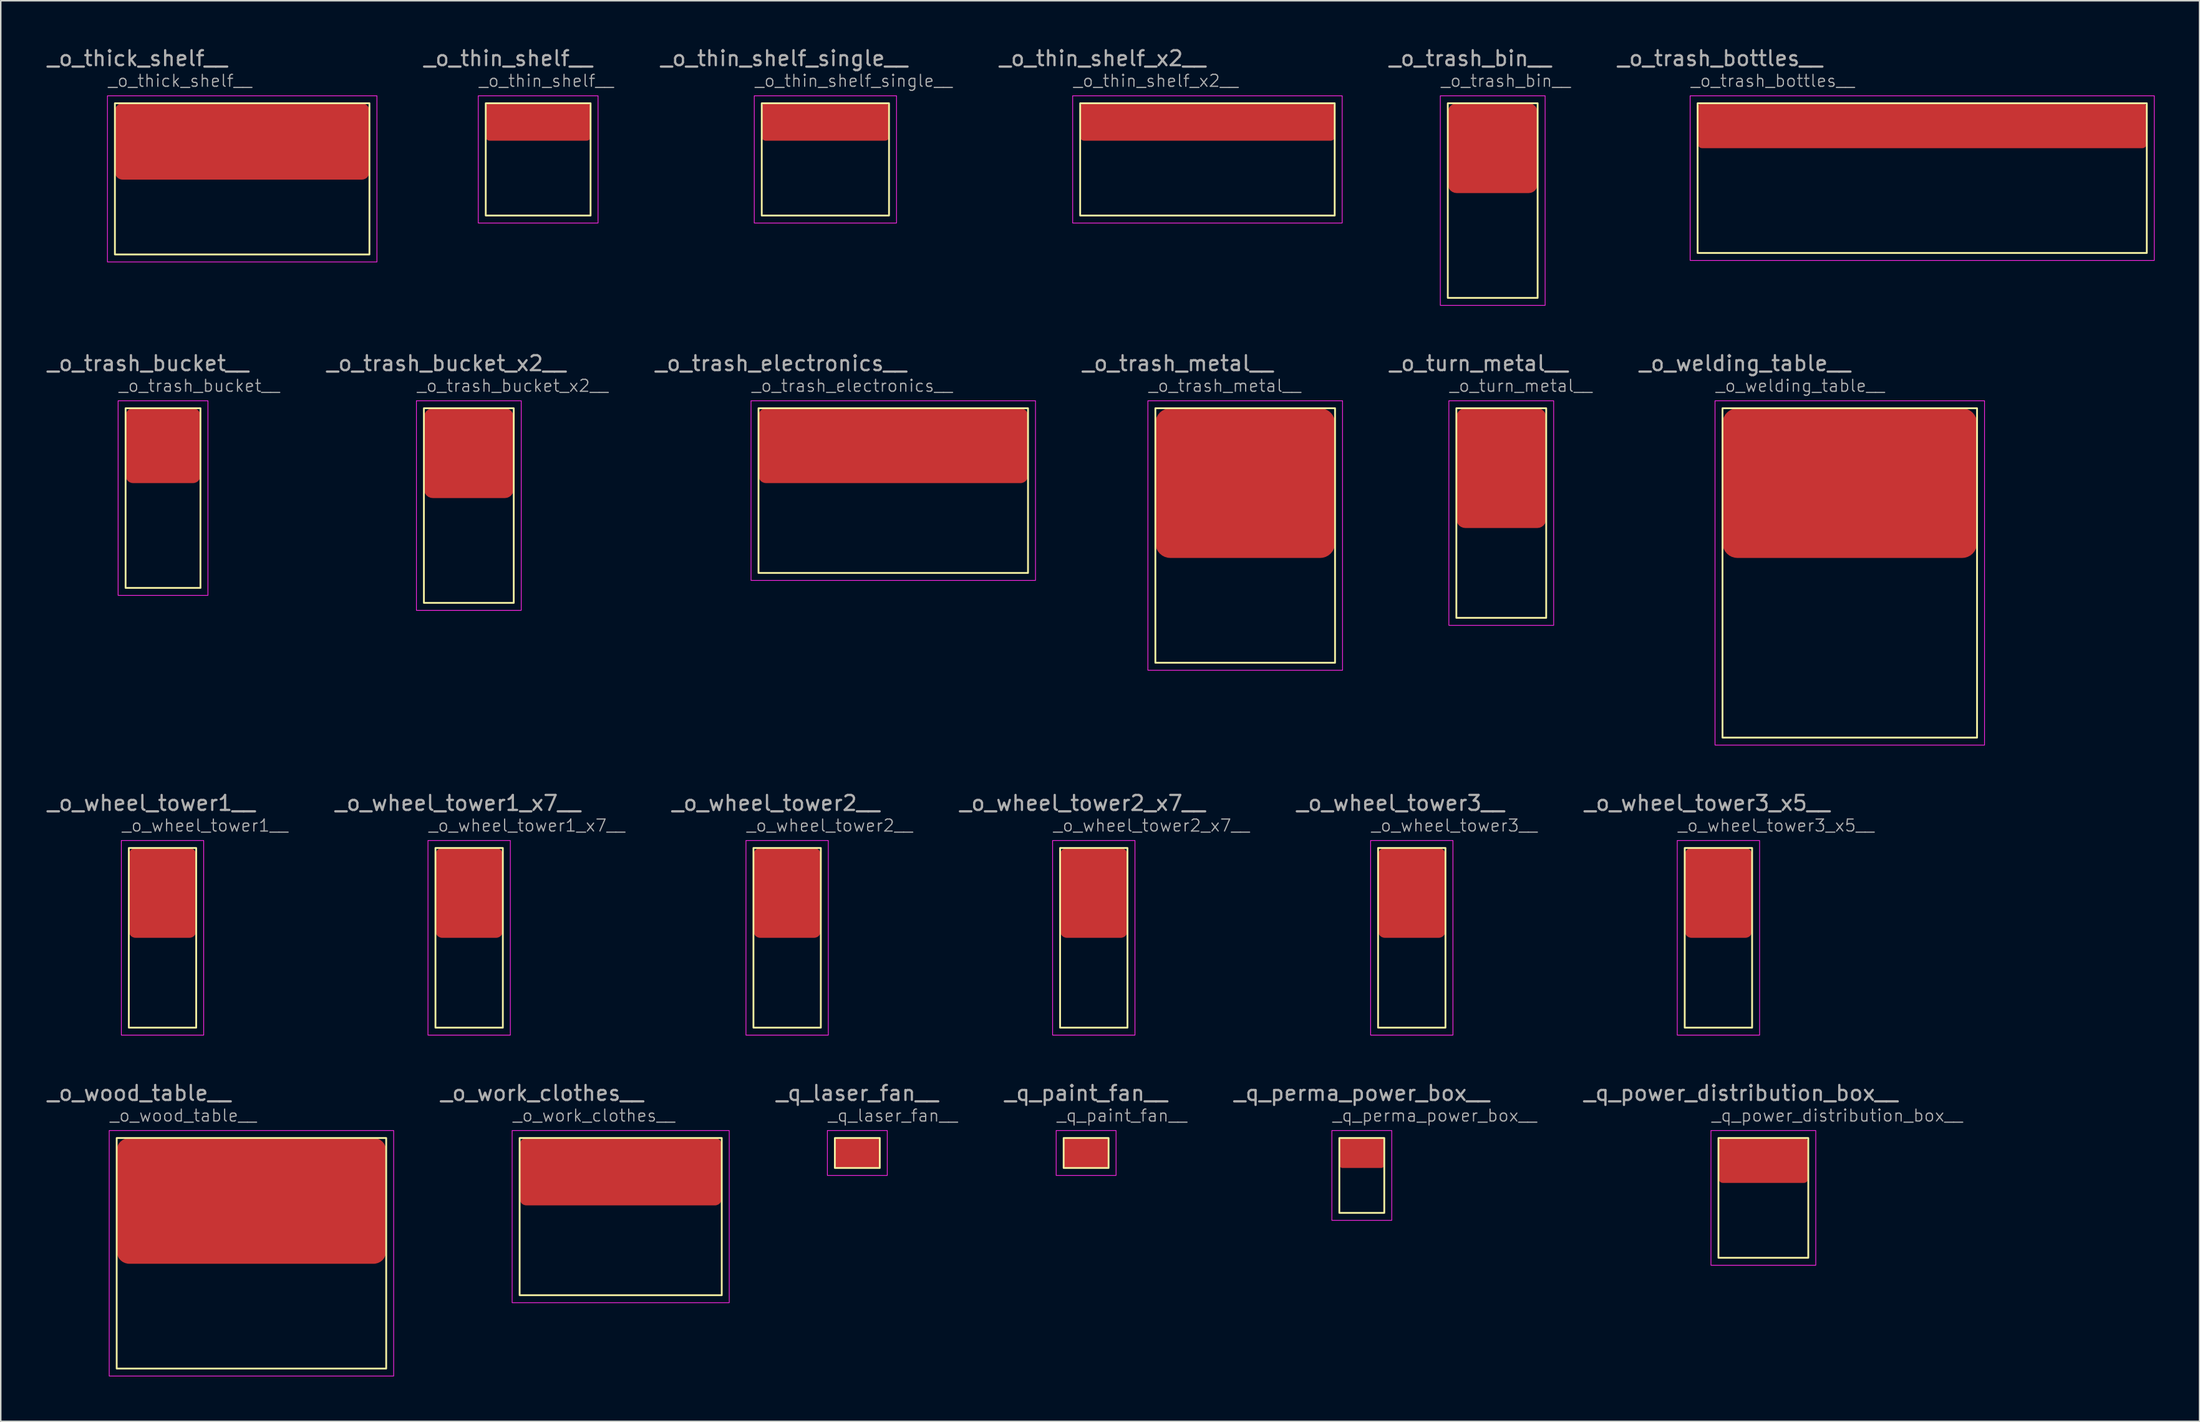
<source format=kicad_pcb>
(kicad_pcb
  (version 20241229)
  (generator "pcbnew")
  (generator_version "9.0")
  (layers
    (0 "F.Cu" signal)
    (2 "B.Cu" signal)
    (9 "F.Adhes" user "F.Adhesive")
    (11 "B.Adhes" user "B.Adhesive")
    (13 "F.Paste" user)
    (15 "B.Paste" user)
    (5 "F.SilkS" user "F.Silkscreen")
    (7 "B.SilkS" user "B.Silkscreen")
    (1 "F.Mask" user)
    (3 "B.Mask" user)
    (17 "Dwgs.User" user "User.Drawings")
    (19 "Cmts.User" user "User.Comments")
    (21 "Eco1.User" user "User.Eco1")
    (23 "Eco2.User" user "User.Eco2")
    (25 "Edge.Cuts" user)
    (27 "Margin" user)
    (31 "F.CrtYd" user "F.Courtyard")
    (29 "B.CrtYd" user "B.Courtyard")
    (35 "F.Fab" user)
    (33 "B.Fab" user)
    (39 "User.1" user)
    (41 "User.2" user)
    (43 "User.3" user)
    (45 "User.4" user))
  (footprint "_o_thin_shelf__"
    (layer "F.Cu")
    (at 29.394 3.848)
    (property "Reference" "_o_thin_shelf__" (at -0.5 -1.5 0) (unlocked yes) (layer "F.Fab") (effects (font (size 0.8 0.8) (thickness 0.08)) (justify left)))
    (attr smd)
    (fp_rect (start 0 0) (end 7 7.5) (stroke (width 0.12) (type solid)) (fill no) (layer "F.SilkS"))
    (fp_rect (start -0.5 -0.5) (end 7.5 8) (stroke (width 0.05) (type solid)) (fill no) (layer "F.CrtYd"))
    (fp_text user "${REFERENCE}" (at 1.5 -3 0) (unlocked yes) (layer "F.Fab") (effects (font (size 1 1) (thickness 0.15))))
    (pad "1" smd roundrect (at 3.5 1.25) (size 7 2.5) (layers "F.Cu" "F.Mask" "F.Paste") (roundrect_rratio 0.1)))
  (footprint "_o_thin_shelf_single__"
    (layer "F.Cu")
    (at 47.828 3.848)
    (property "Reference" "_o_thin_shelf_single__" (at -0.5 -1.5 0) (unlocked yes) (layer "F.Fab") (effects (font (size 0.8 0.8) (thickness 0.08)) (justify left)))
    (attr smd)
    (fp_rect (start 0 0) (end 8.5 7.5) (stroke (width 0.12) (type solid)) (fill no) (layer "F.SilkS"))
    (fp_rect (start -0.5 -0.5) (end 9 8) (stroke (width 0.05) (type solid)) (fill no) (layer "F.CrtYd"))
    (fp_text user "${REFERENCE}" (at 1.5 -3 0) (unlocked yes) (layer "F.Fab") (effects (font (size 1 1) (thickness 0.15))))
    (pad "1" smd roundrect (at 4.25 1.25) (size 8.5 2.5) (layers "F.Cu" "F.Mask" "F.Paste") (roundrect_rratio 0.1)))
  (footprint "_o_wheel_tower1_x7__"
    (layer "F.Cu")
    (at 26.035 53.595)
    (property "Reference" "_o_wheel_tower1_x7__" (at -0.5 -1.5 0) (unlocked yes) (layer "F.Fab") (effects (font (size 0.8 0.8) (thickness 0.08)) (justify left)))
    (attr smd)
    (fp_rect (start 0 0) (end 4.5 12) (stroke (width 0.12) (type solid)) (fill no) (layer "F.SilkS"))
    (fp_rect (start -0.5 -0.5) (end 5 12.5) (stroke (width 0.05) (type solid)) (fill no) (layer "F.CrtYd"))
    (fp_text user "${REFERENCE}" (at 1.5 -3 0) (unlocked yes) (layer "F.Fab") (effects (font (size 1 1) (thickness 0.15))))
    (pad "1" smd roundrect (at 2.25 3) (size 4.5 6) (layers "F.Cu" "F.Mask" "F.Paste") (roundrect_rratio 0.1)))
  (footprint "_o_work_clothes__"
    (layer "F.Cu")
    (at 31.656 72.968)
    (property "Reference" "_o_work_clothes__" (at -0.5 -1.5 0) (unlocked yes) (layer "F.Fab") (effects (font (size 0.8 0.8) (thickness 0.08)) (justify left)))
    (attr smd)
    (fp_rect (start 0 0) (end 13.5 10.5) (stroke (width 0.12) (type solid)) (fill no) (layer "F.SilkS"))
    (fp_rect (start -0.5 -0.5) (end 14 11) (stroke (width 0.05) (type solid)) (fill no) (layer "F.CrtYd"))
    (fp_text user "${REFERENCE}" (at 1.5 -3 0) (unlocked yes) (layer "F.Fab") (effects (font (size 1 1) (thickness 0.15))))
    (pad "1" smd roundrect (at 6.75 2.25) (size 13.5 4.5) (layers "F.Cu" "F.Mask" "F.Paste") (roundrect_rratio 0.1)))
  (footprint "_q_laser_fan__"
    (layer "F.Cu")
    (at 52.711 72.968)
    (property "Reference" "_q_laser_fan__" (at -0.5 -1.5 0) (unlocked yes) (layer "F.Fab") (effects (font (size 0.8 0.8) (thickness 0.08)) (justify left)))
    (attr smd)
    (fp_rect (start 0 0) (end 3 2) (stroke (width 0.12) (type solid)) (fill no) (layer "F.SilkS"))
    (fp_rect (start -0.5 -0.5) (end 3.5 2.5) (stroke (width 0.05) (type solid)) (fill no) (layer "F.CrtYd"))
    (fp_text user "${REFERENCE}" (at 1.5 -3 0) (unlocked yes) (layer "F.Fab") (effects (font (size 1 1) (thickness 0.15))))
    (pad "1" smd roundrect (at 1.5 1) (size 3 2) (layers "F.Cu" "F.Mask" "F.Paste") (roundrect_rratio 0.1)))
  (footprint "_o_wheel_tower2_x7__"
    (layer "F.Cu")
    (at 67.754 53.595)
    (property "Reference" "_o_wheel_tower2_x7__" (at -0.5 -1.5 0) (unlocked yes) (layer "F.Fab") (effects (font (size 0.8 0.8) (thickness 0.08)) (justify left)))
    (attr smd)
    (fp_rect (start 0 0) (end 4.5 12) (stroke (width 0.12) (type solid)) (fill no) (layer "F.SilkS"))
    (fp_rect (start -0.5 -0.5) (end 5 12.5) (stroke (width 0.05) (type solid)) (fill no) (layer "F.CrtYd"))
    (fp_text user "${REFERENCE}" (at 1.5 -3 0) (unlocked yes) (layer "F.Fab") (effects (font (size 1 1) (thickness 0.15))))
    (pad "1" smd roundrect (at 2.25 3) (size 4.5 6) (layers "F.Cu" "F.Mask" "F.Paste") (roundrect_rratio 0.1)))
  (footprint "_o_trash_bucket_x2__"
    (layer "F.Cu")
    (at 25.263 24.221)
    (property "Reference" "_o_trash_bucket_x2__" (at -0.5 -1.5 0) (unlocked yes) (layer "F.Fab") (effects (font (size 0.8 0.8) (thickness 0.08)) (justify left)))
    (attr smd)
    (fp_rect (start 0 0) (end 6 13) (stroke (width 0.12) (type solid)) (fill no) (layer "F.SilkS"))
    (fp_rect (start -0.5 -0.5) (end 6.5 13.5) (stroke (width 0.05) (type solid)) (fill no) (layer "F.CrtYd"))
    (fp_text user "${REFERENCE}" (at 1.5 -3 0) (unlocked yes) (layer "F.Fab") (effects (font (size 1 1) (thickness 0.15))))
    (pad "1" smd roundrect (at 3 3) (size 6 6) (layers "F.Cu" "F.Mask" "F.Paste") (roundrect_rratio 0.1)))
  (footprint "_q_perma_power_box__"
    (layer "F.Cu")
    (at 86.406 72.968)
    (property "Reference" "_q_perma_power_box__" (at -0.5 -1.5 0) (unlocked yes) (layer "F.Fab") (effects (font (size 0.8 0.8) (thickness 0.08)) (justify left)))
    (attr smd)
    (fp_rect (start 0 0) (end 3 5) (stroke (width 0.12) (type solid)) (fill no) (layer "F.SilkS"))
    (fp_rect (start -0.5 -0.5) (end 3.5 5.5) (stroke (width 0.05) (type solid)) (fill no) (layer "F.CrtYd"))
    (fp_text user "${REFERENCE}" (at 1.5 -3 0) (unlocked yes) (layer "F.Fab") (effects (font (size 1 1) (thickness 0.15))))
    (pad "1" smd roundrect (at 1.5 1) (size 3 2) (layers "F.Cu" "F.Mask" "F.Paste") (roundrect_rratio 0.1)))
  (footprint "_o_thin_shelf_x2__"
    (layer "F.Cu")
    (at 69.095 3.848)
    (property "Reference" "_o_thin_shelf_x2__" (at -0.5 -1.5 0) (unlocked yes) (layer "F.Fab") (effects (font (size 0.8 0.8) (thickness 0.08)) (justify left)))
    (attr smd)
    (fp_rect (start 0 0) (end 17 7.5) (stroke (width 0.12) (type solid)) (fill no) (layer "F.SilkS"))
    (fp_rect (start -0.5 -0.5) (end 17.5 8) (stroke (width 0.05) (type solid)) (fill no) (layer "F.CrtYd"))
    (fp_text user "${REFERENCE}" (at 1.5 -3 0) (unlocked yes) (layer "F.Fab") (effects (font (size 1 1) (thickness 0.15))))
    (pad "1" smd roundrect (at 8.5 1.25) (size 17 2.5) (layers "F.Cu" "F.Mask" "F.Paste") (roundrect_rratio 0.1)))
  (footprint "_o_trash_bottles__"
    (layer "F.Cu")
    (at 110.335 3.848)
    (property "Reference" "_o_trash_bottles__" (at -0.5 -1.5 0) (unlocked yes) (layer "F.Fab") (effects (font (size 0.8 0.8) (thickness 0.08)) (justify left)))
    (attr smd)
    (fp_rect (start 0 0) (end 30 10) (stroke (width 0.12) (type solid)) (fill no) (layer "F.SilkS"))
    (fp_rect (start -0.5 -0.5) (end 30.5 10.5) (stroke (width 0.05) (type solid)) (fill no) (layer "F.CrtYd"))
    (fp_text user "${REFERENCE}" (at 1.5 -3 0) (unlocked yes) (layer "F.Fab") (effects (font (size 1 1) (thickness 0.15))))
    (pad "1" smd roundrect (at 15 1.5) (size 30 3) (layers "F.Cu" "F.Mask" "F.Paste") (roundrect_rratio 0.1)))
  (footprint "_o_trash_electronics__"
    (layer "F.Cu")
    (at 47.611 24.221)
    (property "Reference" "_o_trash_electronics__" (at -0.5 -1.5 0) (unlocked yes) (layer "F.Fab") (effects (font (size 0.8 0.8) (thickness 0.08)) (justify left)))
    (attr smd)
    (fp_rect (start 0 0) (end 18 11) (stroke (width 0.12) (type solid)) (fill no) (layer "F.SilkS"))
    (fp_rect (start -0.5 -0.5) (end 18.5 11.5) (stroke (width 0.05) (type solid)) (fill no) (layer "F.CrtYd"))
    (fp_text user "${REFERENCE}" (at 1.5 -3 0) (unlocked yes) (layer "F.Fab") (effects (font (size 1 1) (thickness 0.15))))
    (pad "1" smd roundrect (at 9 2.5) (size 18 5) (layers "F.Cu" "F.Mask" "F.Paste") (roundrect_rratio 0.1)))
  (footprint "_o_welding_table__"
    (layer "F.Cu")
    (at 111.997 24.221)
    (property "Reference" "_o_welding_table__" (at -0.5 -1.5 0) (unlocked yes) (layer "F.Fab") (effects (font (size 0.8 0.8) (thickness 0.08)) (justify left)))
    (attr smd)
    (fp_rect (start 0 0) (end 17 22) (stroke (width 0.12) (type solid)) (fill no) (layer "F.SilkS"))
    (fp_rect (start -0.5 -0.5) (end 17.5 22.5) (stroke (width 0.05) (type solid)) (fill no) (layer "F.CrtYd"))
    (fp_text user "${REFERENCE}" (at 1.5 -3 0) (unlocked yes) (layer "F.Fab") (effects (font (size 1 1) (thickness 0.15))))
    (pad "1" smd roundrect (at 8.5 5) (size 17 10) (layers "F.Cu" "F.Mask" "F.Paste") (roundrect_rratio 0.1)))
  (footprint "_o_turn_metal__"
    (layer "F.Cu")
    (at 94.221 24.221)
    (property "Reference" "_o_turn_metal__" (at -0.5 -1.5 0) (unlocked yes) (layer "F.Fab") (effects (font (size 0.8 0.8) (thickness 0.08)) (justify left)))
    (attr smd)
    (fp_rect (start 0 0) (end 6 14) (stroke (width 0.12) (type solid)) (fill no) (layer "F.SilkS"))
    (fp_rect (start -0.5 -0.5) (end 6.5 14.5) (stroke (width 0.05) (type solid)) (fill no) (layer "F.CrtYd"))
    (fp_text user "${REFERENCE}" (at 1.5 -3 0) (unlocked yes) (layer "F.Fab") (effects (font (size 1 1) (thickness 0.15))))
    (pad "1" smd roundrect (at 3 4) (size 6 8) (layers "F.Cu" "F.Mask" "F.Paste") (roundrect_rratio 0.1)))
  (footprint "_o_wheel_tower1__"
    (layer "F.Cu")
    (at 5.554 53.595)
    (property "Reference" "_o_wheel_tower1__" (at -0.5 -1.5 0) (unlocked yes) (layer "F.Fab") (effects (font (size 0.8 0.8) (thickness 0.08)) (justify left)))
    (attr smd)
    (fp_rect (start 0 0) (end 4.5 12) (stroke (width 0.12) (type solid)) (fill no) (layer "F.SilkS"))
    (fp_rect (start -0.5 -0.5) (end 5 12.5) (stroke (width 0.05) (type solid)) (fill no) (layer "F.CrtYd"))
    (fp_text user "${REFERENCE}" (at 1.5 -3 0) (unlocked yes) (layer "F.Fab") (effects (font (size 1 1) (thickness 0.15))))
    (pad "1" smd roundrect (at 2.25 3) (size 4.5 6) (layers "F.Cu" "F.Mask" "F.Paste") (roundrect_rratio 0.1)))
  (footprint "_o_trash_bucket__"
    (layer "F.Cu")
    (at 5.339 24.221)
    (property "Reference" "_o_trash_bucket__" (at -0.5 -1.5 0) (unlocked yes) (layer "F.Fab") (effects (font (size 0.8 0.8) (thickness 0.08)) (justify left)))
    (attr smd)
    (fp_rect (start 0 0) (end 5 12) (stroke (width 0.12) (type solid)) (fill no) (layer "F.SilkS"))
    (fp_rect (start -0.5 -0.5) (end 5.5 12.5) (stroke (width 0.05) (type solid)) (fill no) (layer "F.CrtYd"))
    (fp_text user "${REFERENCE}" (at 1.5 -3 0) (unlocked yes) (layer "F.Fab") (effects (font (size 1 1) (thickness 0.15))))
    (pad "1" smd roundrect (at 2.5 2.5) (size 5 5) (layers "F.Cu" "F.Mask" "F.Paste") (roundrect_rratio 0.1)))
  (footprint "_o_trash_bin__"
    (layer "F.Cu")
    (at 93.649 3.848)
    (property "Reference" "_o_trash_bin__" (at -0.5 -1.5 0) (unlocked yes) (layer "F.Fab") (effects (font (size 0.8 0.8) (thickness 0.08)) (justify left)))
    (attr smd)
    (fp_rect (start 0 0) (end 6 13) (stroke (width 0.12) (type solid)) (fill no) (layer "F.SilkS"))
    (fp_rect (start -0.5 -0.5) (end 6.5 13.5) (stroke (width 0.05) (type solid)) (fill no) (layer "F.CrtYd"))
    (fp_text user "${REFERENCE}" (at 1.5 -3 0) (unlocked yes) (layer "F.Fab") (effects (font (size 1 1) (thickness 0.15))))
    (pad "1" smd roundrect (at 3 3) (size 6 6) (layers "F.Cu" "F.Mask" "F.Paste") (roundrect_rratio 0.1)))
  (footprint "_o_wheel_tower3__"
    (layer "F.Cu")
    (at 88.993 53.595)
    (property "Reference" "_o_wheel_tower3__" (at -0.5 -1.5 0) (unlocked yes) (layer "F.Fab") (effects (font (size 0.8 0.8) (thickness 0.08)) (justify left)))
    (attr smd)
    (fp_rect (start 0 0) (end 4.5 12) (stroke (width 0.12) (type solid)) (fill no) (layer "F.SilkS"))
    (fp_rect (start -0.5 -0.5) (end 5 12.5) (stroke (width 0.05) (type solid)) (fill no) (layer "F.CrtYd"))
    (fp_text user "${REFERENCE}" (at 1.5 -3 0) (unlocked yes) (layer "F.Fab") (effects (font (size 1 1) (thickness 0.15))))
    (pad "1" smd roundrect (at 2.25 3) (size 4.5 6) (layers "F.Cu" "F.Mask" "F.Paste") (roundrect_rratio 0.1)))
  (footprint "_o_wheel_tower3_x5__"
    (layer "F.Cu")
    (at 109.474 53.595)
    (property "Reference" "_o_wheel_tower3_x5__" (at -0.5 -1.5 0) (unlocked yes) (layer "F.Fab") (effects (font (size 0.8 0.8) (thickness 0.08)) (justify left)))
    (attr smd)
    (fp_rect (start 0 0) (end 4.5 12) (stroke (width 0.12) (type solid)) (fill no) (layer "F.SilkS"))
    (fp_rect (start -0.5 -0.5) (end 5 12.5) (stroke (width 0.05) (type solid)) (fill no) (layer "F.CrtYd"))
    (fp_text user "${REFERENCE}" (at 1.5 -3 0) (unlocked yes) (layer "F.Fab") (effects (font (size 1 1) (thickness 0.15))))
    (pad "1" smd roundrect (at 2.25 3) (size 4.5 6) (layers "F.Cu" "F.Mask" "F.Paste") (roundrect_rratio 0.1)))
  (footprint "_o_trash_metal__"
    (layer "F.Cu")
    (at 74.118 24.221)
    (property "Reference" "_o_trash_metal__" (at -0.5 -1.5 0) (unlocked yes) (layer "F.Fab") (effects (font (size 0.8 0.8) (thickness 0.08)) (justify left)))
    (attr smd)
    (fp_rect (start 0 0) (end 12 17) (stroke (width 0.12) (type solid)) (fill no) (layer "F.SilkS"))
    (fp_rect (start -0.5 -0.5) (end 12.5 17.5) (stroke (width 0.05) (type solid)) (fill no) (layer "F.CrtYd"))
    (fp_text user "${REFERENCE}" (at 1.5 -3 0) (unlocked yes) (layer "F.Fab") (effects (font (size 1 1) (thickness 0.15))))
    (pad "1" smd roundrect (at 6 5) (size 12 10) (layers "F.Cu" "F.Mask" "F.Paste") (roundrect_rratio 0.1)))
  (footprint "_q_paint_fan__"
    (layer "F.Cu")
    (at 67.992 72.968)
    (property "Reference" "_q_paint_fan__" (at -0.5 -1.5 0) (unlocked yes) (layer "F.Fab") (effects (font (size 0.8 0.8) (thickness 0.08)) (justify left)))
    (attr smd)
    (fp_rect (start 0 0) (end 3 2) (stroke (width 0.12) (type solid)) (fill no) (layer "F.SilkS"))
    (fp_rect (start -0.5 -0.5) (end 3.5 2.5) (stroke (width 0.05) (type solid)) (fill no) (layer "F.CrtYd"))
    (fp_text user "${REFERENCE}" (at 1.5 -3 0) (unlocked yes) (layer "F.Fab") (effects (font (size 1 1) (thickness 0.15))))
    (pad "1" smd roundrect (at 1.5 1) (size 3 2) (layers "F.Cu" "F.Mask" "F.Paste") (roundrect_rratio 0.1)))
  (footprint "_o_wheel_tower2__"
    (layer "F.Cu")
    (at 47.273 53.595)
    (property "Reference" "_o_wheel_tower2__" (at -0.5 -1.5 0) (unlocked yes) (layer "F.Fab") (effects (font (size 0.8 0.8) (thickness 0.08)) (justify left)))
    (attr smd)
    (fp_rect (start 0 0) (end 4.5 12) (stroke (width 0.12) (type solid)) (fill no) (layer "F.SilkS"))
    (fp_rect (start -0.5 -0.5) (end 5 12.5) (stroke (width 0.05) (type solid)) (fill no) (layer "F.CrtYd"))
    (fp_text user "${REFERENCE}" (at 1.5 -3 0) (unlocked yes) (layer "F.Fab") (effects (font (size 1 1) (thickness 0.15))))
    (pad "1" smd roundrect (at 2.25 3) (size 4.5 6) (layers "F.Cu" "F.Mask" "F.Paste") (roundrect_rratio 0.1)))
  (footprint "_o_thick_shelf__"
    (layer "F.Cu")
    (at 4.625 3.848)
    (property "Reference" "_o_thick_shelf__" (at -0.5 -1.5 0) (unlocked yes) (layer "F.Fab") (effects (font (size 0.8 0.8) (thickness 0.08)) (justify left)))
    (attr smd)
    (fp_rect (start 0 0) (end 17 10.1) (stroke (width 0.12) (type solid)) (fill no) (layer "F.SilkS"))
    (fp_rect (start -0.5 -0.5) (end 17.5 10.6) (stroke (width 0.05) (type solid)) (fill no) (layer "F.CrtYd"))
    (fp_text user "${REFERENCE}" (at 1.5 -3 0) (unlocked yes) (layer "F.Fab") (effects (font (size 1 1) (thickness 0.15))))
    (pad "1" smd roundrect (at 8.5 2.55) (size 17 5.1) (layers "F.Cu" "F.Mask" "F.Paste") (roundrect_rratio 0.1)))
  (footprint "_q_power_distribution_box__"
    (layer "F.Cu")
    (at 111.726 72.968)
    (property "Reference" "_q_power_distribution_box__" (at -0.5 -1.5 0) (unlocked yes) (layer "F.Fab") (effects (font (size 0.8 0.8) (thickness 0.08)) (justify left)))
    (attr smd)
    (fp_rect (start 0 0) (end 6 8) (stroke (width 0.12) (type solid)) (fill no) (layer "F.SilkS"))
    (fp_rect (start -0.5 -0.5) (end 6.5 8.5) (stroke (width 0.05) (type solid)) (fill no) (layer "F.CrtYd"))
    (fp_text user "${REFERENCE}" (at 1.5 -3 0) (unlocked yes) (layer "F.Fab") (effects (font (size 1 1) (thickness 0.15))))
    (pad "1" smd roundrect (at 3 1.5) (size 6 3) (layers "F.Cu" "F.Mask" "F.Paste") (roundrect_rratio 0.1)))
  (footprint "_o_wood_table__"
    (layer "F.Cu")
    (at 4.744 72.968)
    (property "Reference" "_o_wood_table__" (at -0.5 -1.5 0) (unlocked yes) (layer "F.Fab") (effects (font (size 0.8 0.8) (thickness 0.08)) (justify left)))
    (attr smd)
    (fp_rect (start 0 0) (end 18 15.4) (stroke (width 0.12) (type solid)) (fill no) (layer "F.SilkS"))
    (fp_rect (start -0.5 -0.5) (end 18.5 15.9) (stroke (width 0.05) (type solid)) (fill no) (layer "F.CrtYd"))
    (fp_text user "${REFERENCE}" (at 1.5 -3 0) (unlocked yes) (layer "F.Fab") (effects (font (size 1 1) (thickness 0.15))))
    (pad "1" smd roundrect (at 9 4.2) (size 18 8.4) (layers "F.Cu" "F.Mask" "F.Paste") (roundrect_rratio 0.1)))
  (gr_rect
    (start -3 -3)
    (end 143.86 91.893)
    (stroke (width 0.1) (type default))
    (fill no)
    (layer "Edge.Cuts")))
</source>
